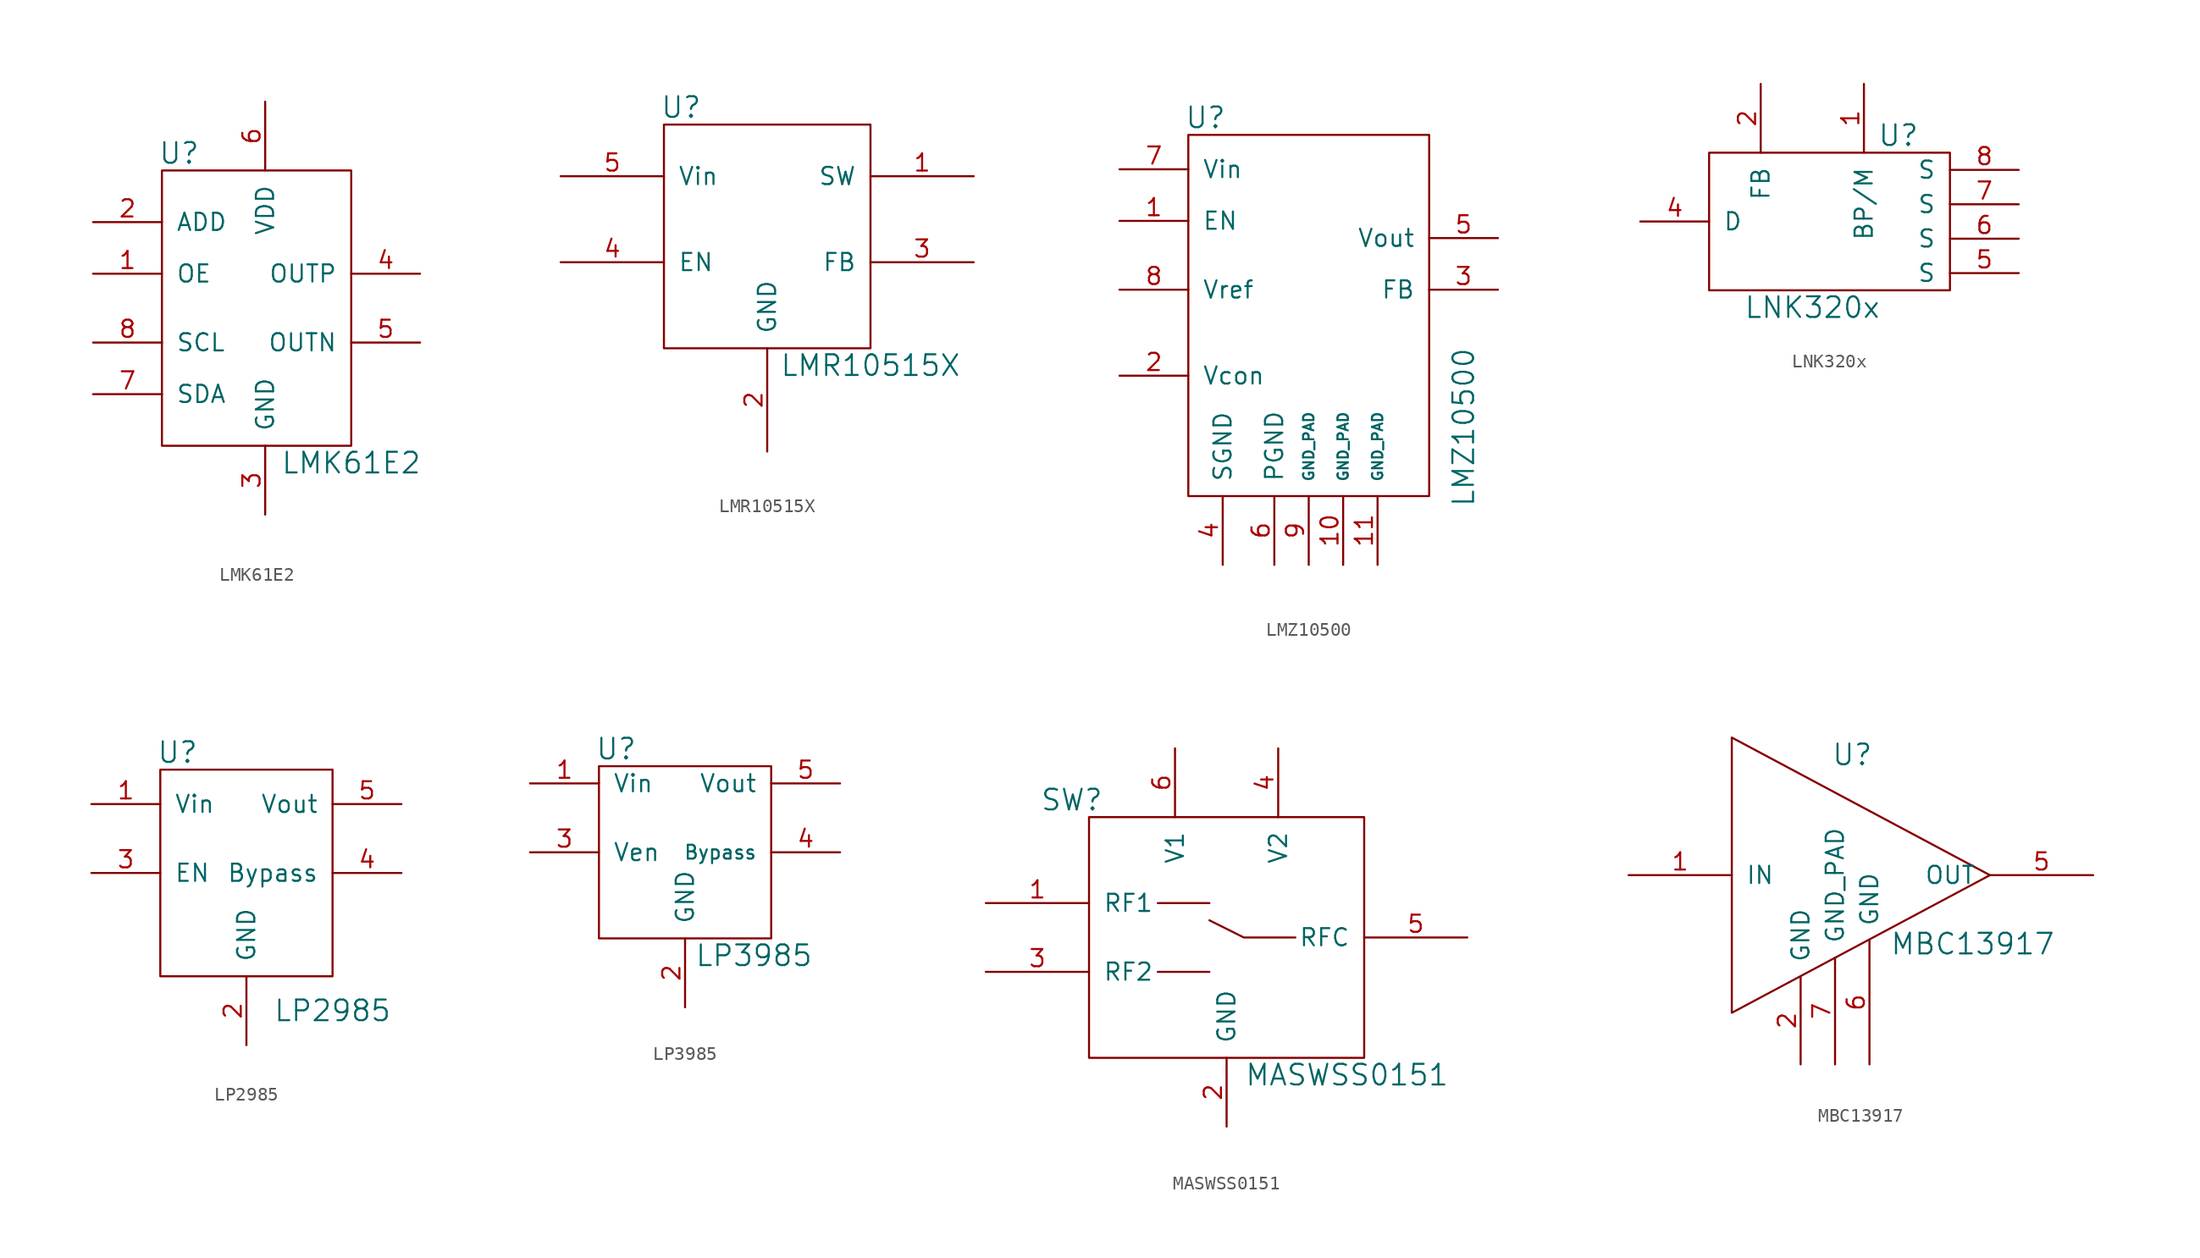
<source format=kicad_sym>
(kicad_symbol_lib
  (version 20211014)
  (generator kicad_symbol_editor)
  (symbol "LMK61E2"
    (pin_names
      (offset 1.016))
    (property "Reference" "U"
      (at -3.81 -1.27 0)
      (effects (font (size 1.524 1.524))))
    (property "Value" "LMK61E2"
      (at 8.89 -24.13 0)
      (effects (font (size 1.524 1.524))))
    (symbol "LMK61E2_0_1"
      (rectangle (start -5.08 -2.54) (end 8.89 -22.86) (stroke (width 0) (type default) (color 0 0 0 0)) (fill (type none))))
    (symbol "LMK61E2_1_1"
      (pin input line (at -10.16 -10.16 0) (length 5.08) (name "OE" (effects (font (size 1.27 1.27)))) (number "1" (effects (font (size 1.27 1.27)))))
      (pin input line (at -10.16 -6.35 0) (length 5.08) (name "ADD" (effects (font (size 1.27 1.27)))) (number "2" (effects (font (size 1.27 1.27)))))
      (pin input line (at 2.54 -27.94 90) (length 5.08) (name "GND" (effects (font (size 1.27 1.27)))) (number "3" (effects (font (size 1.27 1.27)))))
      (pin input line (at 13.97 -10.16 180) (length 5.08) (name "OUTP" (effects (font (size 1.27 1.27)))) (number "4" (effects (font (size 1.27 1.27)))))
      (pin input line (at 13.97 -15.24 180) (length 5.08) (name "OUTN" (effects (font (size 1.27 1.27)))) (number "5" (effects (font (size 1.27 1.27)))))
      (pin input line (at 2.54 2.54 270) (length 5.08) (name "VDD" (effects (font (size 1.27 1.27)))) (number "6" (effects (font (size 1.27 1.27)))))
      (pin input line (at -10.16 -19.05 0) (length 5.08) (name "SDA" (effects (font (size 1.27 1.27)))) (number "7" (effects (font (size 1.27 1.27)))))
      (pin input line (at -10.16 -15.24 0) (length 5.08) (name "SCL" (effects (font (size 1.27 1.27)))) (number "8" (effects (font (size 1.27 1.27)))))))
  (symbol "LMR10515X"
    (pin_names
      (offset 1.016))
    (property "Reference" "U"
      (at -6.35 7.62 0)
      (effects (font (size 1.524 1.524))))
    (property "Value" "LMR10515X"
      (at 7.62 -11.43 0)
      (effects (font (size 1.524 1.524))))
    (property "Footprint" ""
      (at 0 0 0)
      (effects (font (size 1.524 1.524))))
    (property "Datasheet" ""
      (at 0 0 0)
      (effects (font (size 1.524 1.524))))
    (symbol "LMR10515X_0_1"
      (rectangle (start -7.62 -10.16) (end 7.62 6.35) (stroke (width 0) (type default) (color 0 0 0 0)) (fill (type none))))
    (symbol "LMR10515X_1_1"
      (pin power_out line (at 15.24 2.54 180) (length 7.62) (name "SW" (effects (font (size 1.27 1.27)))) (number "1" (effects (font (size 1.27 1.27)))))
      (pin input line (at 0 -17.78 90) (length 7.62) (name "GND" (effects (font (size 1.27 1.27)))) (number "2" (effects (font (size 1.27 1.27)))))
      (pin input line (at 15.24 -3.81 180) (length 7.62) (name "FB" (effects (font (size 1.27 1.27)))) (number "3" (effects (font (size 1.27 1.27)))))
      (pin input line (at -15.24 -3.81 0) (length 7.62) (name "EN" (effects (font (size 1.27 1.27)))) (number "4" (effects (font (size 1.27 1.27)))))
      (pin power_in line (at -15.24 2.54 0) (length 7.62) (name "Vin" (effects (font (size 1.27 1.27)))) (number "5" (effects (font (size 1.27 1.27)))))))
  (symbol "LMZ10500"
    (pin_names
      (offset 1.016))
    (property "Reference" "U"
      (at -7.62 19.05 0)
      (effects (font (size 1.524 1.524))))
    (property "Value" "LMZ10500"
      (at 11.43 -3.81 90)
      (effects (font (size 1.524 1.524))))
    (property "Footprint" ""
      (at 0 0 0)
      (effects (font (size 1.524 1.524))))
    (property "Datasheet" ""
      (at 0 0 0)
      (effects (font (size 1.524 1.524))))
    (symbol "LMZ10500_0_1"
      (rectangle (start -8.89 -8.89) (end 8.89 17.78) (stroke (width 0) (type default) (color 0 0 0 0)) (fill (type none))))
    (symbol "LMZ10500_1_1"
      (pin input line (at -13.97 11.43 0) (length 5.08) (name "EN" (effects (font (size 1.27 1.27)))) (number "1" (effects (font (size 1.27 1.27)))))
      (pin power_out line (at 2.54 -13.97 90) (length 5.08) (name "GND_PAD" (effects (font (size 0.762 0.762)))) (number "10" (effects (font (size 1.27 1.27)))))
      (pin power_out line (at 5.08 -13.97 90) (length 5.08) (name "GND_PAD" (effects (font (size 0.762 0.762)))) (number "11" (effects (font (size 1.27 1.27)))))
      (pin input line (at -13.97 0 0) (length 5.08) (name "Vcon" (effects (font (size 1.27 1.27)))) (number "2" (effects (font (size 1.27 1.27)))))
      (pin input line (at 13.97 6.35 180) (length 5.08) (name "FB" (effects (font (size 1.27 1.27)))) (number "3" (effects (font (size 1.27 1.27)))))
      (pin power_out line (at -6.35 -13.97 90) (length 5.08) (name "SGND" (effects (font (size 1.27 1.27)))) (number "4" (effects (font (size 1.27 1.27)))))
      (pin power_out line (at 13.97 10.16 180) (length 5.08) (name "Vout" (effects (font (size 1.27 1.27)))) (number "5" (effects (font (size 1.27 1.27)))))
      (pin power_out line (at -2.54 -13.97 90) (length 5.08) (name "PGND" (effects (font (size 1.27 1.27)))) (number "6" (effects (font (size 1.27 1.27)))))
      (pin power_in line (at -13.97 15.24 0) (length 5.08) (name "Vin" (effects (font (size 1.27 1.27)))) (number "7" (effects (font (size 1.27 1.27)))))
      (pin input line (at -13.97 6.35 0) (length 5.08) (name "Vref" (effects (font (size 1.27 1.27)))) (number "8" (effects (font (size 1.27 1.27)))))
      (pin power_out line (at 0 -13.97 90) (length 5.08) (name "GND_PAD" (effects (font (size 0.762 0.762)))) (number "9" (effects (font (size 1.27 1.27)))))))
  (symbol "LNK320x"
    (pin_names
      (offset 1.016))
    (property "Reference" "U"
      (at 6.35 1.27 0)
      (effects (font (size 1.524 1.524))))
    (property "Value" "LNK320x"
      (at 0 -11.43 0)
      (effects (font (size 1.524 1.524))))
    (symbol "LNK320x_0_1"
      (rectangle (start 10.16 0) (end -7.62 -10.16) (stroke (width 0) (type default) (color 0 0 0 0)) (fill (type none))))
    (symbol "LNK320x_1_1"
      (pin input line (at 3.81 5.08 270) (length 5.08) (name "BP/M" (effects (font (size 1.27 1.27)))) (number "1" (effects (font (size 1.27 1.27)))))
      (pin input line (at -3.81 5.08 270) (length 5.08) (name "FB" (effects (font (size 1.27 1.27)))) (number "2" (effects (font (size 1.27 1.27)))))
      (pin input line (at -12.7 -5.08 0) (length 5.08) (name "D" (effects (font (size 1.27 1.27)))) (number "4" (effects (font (size 1.27 1.27)))))
      (pin input line (at 15.24 -8.89 180) (length 5.08) (name "S" (effects (font (size 1.27 1.27)))) (number "5" (effects (font (size 1.27 1.27)))))
      (pin input line (at 15.24 -6.35 180) (length 5.08) (name "S" (effects (font (size 1.27 1.27)))) (number "6" (effects (font (size 1.27 1.27)))))
      (pin input line (at 15.24 -3.81 180) (length 5.08) (name "S" (effects (font (size 1.27 1.27)))) (number "7" (effects (font (size 1.27 1.27)))))
      (pin input line (at 15.24 -1.27 180) (length 5.08) (name "S" (effects (font (size 1.27 1.27)))) (number "8" (effects (font (size 1.27 1.27)))))))
  (symbol "LP2985"
    (pin_names
      (offset 1.016))
    (property "Reference" "U"
      (at -5.08 8.89 0)
      (effects (font (size 1.524 1.524))))
    (property "Value" "LP2985"
      (at 6.35 -10.16 0)
      (effects (font (size 1.524 1.524))))
    (property "Footprint" ""
      (at 0 0 0)
      (effects (font (size 1.524 1.524))))
    (property "Datasheet" ""
      (at 0 0 0)
      (effects (font (size 1.524 1.524))))
    (symbol "LP2985_0_1"
      (rectangle (start 6.35 -7.62) (end -6.35 7.62) (stroke (width 0) (type default) (color 0 0 0 0)) (fill (type none))))
    (symbol "LP2985_1_1"
      (pin power_in line (at -11.43 5.08 0) (length 5.08) (name "Vin" (effects (font (size 1.27 1.27)))) (number "1" (effects (font (size 1.27 1.27)))))
      (pin power_out line (at 0 -12.7 90) (length 5.08) (name "GND" (effects (font (size 1.27 1.27)))) (number "2" (effects (font (size 1.27 1.27)))))
      (pin input line (at -11.43 0 0) (length 5.08) (name "EN" (effects (font (size 1.27 1.27)))) (number "3" (effects (font (size 1.27 1.27)))))
      (pin input line (at 11.43 0 180) (length 5.08) (name "Bypass" (effects (font (size 1.27 1.27)))) (number "4" (effects (font (size 1.27 1.27)))))
      (pin power_out line (at 11.43 5.08 180) (length 5.08) (name "Vout" (effects (font (size 1.27 1.27)))) (number "5" (effects (font (size 1.27 1.27)))))))
  (symbol "LP3985"
    (pin_names
      (offset 1.016))
    (property "Reference" "U"
      (at -5.08 6.35 0)
      (effects (font (size 1.524 1.524))))
    (property "Value" "LP3985"
      (at 5.08 -8.89 0)
      (effects (font (size 1.524 1.524))))
    (property "Footprint" ""
      (at 0 0 0)
      (effects (font (size 1.524 1.524))))
    (property "Datasheet" ""
      (at 0 0 0)
      (effects (font (size 1.524 1.524))))
    (symbol "LP3985_0_1"
      (rectangle (start -6.35 5.08) (end 6.35 -7.62) (stroke (width 0) (type default) (color 0 0 0 0)) (fill (type none))))
    (symbol "LP3985_1_1"
      (pin power_in line (at -11.43 3.81 0) (length 5.08) (name "Vin" (effects (font (size 1.27 1.27)))) (number "1" (effects (font (size 1.27 1.27)))))
      (pin power_in line (at 0 -12.7 90) (length 5.08) (name "GND" (effects (font (size 1.27 1.27)))) (number "2" (effects (font (size 1.27 1.27)))))
      (pin input line (at -11.43 -1.27 0) (length 5.08) (name "Ven" (effects (font (size 1.27 1.27)))) (number "3" (effects (font (size 1.27 1.27)))))
      (pin output line (at 11.43 -1.27 180) (length 5.08) (name "Bypass" (effects (font (size 1.016 1.016)))) (number "4" (effects (font (size 1.27 1.27)))))
      (pin power_out line (at 11.43 3.81 180) (length 5.08) (name "Vout" (effects (font (size 1.27 1.27)))) (number "5" (effects (font (size 1.27 1.27)))))))
  (symbol "MASWSS0151"
    (pin_names
      (offset 1.016))
    (property "Reference" "SW"
      (at -11.43 10.16 0)
      (effects (font (size 1.524 1.524))))
    (property "Value" "MASWSS0151"
      (at 8.89 -10.16 0)
      (effects (font (size 1.524 1.524))))
    (property "Footprint" ""
      (at 0 2.54 0)
      (effects (font (size 1.524 1.524))))
    (property "Datasheet" ""
      (at 0 2.54 0)
      (effects (font (size 1.524 1.524))))
    (symbol "MASWSS0151_0_1"
      (rectangle (start -10.16 -8.89) (end 10.16 8.89) (stroke (width 0) (type default) (color 0 0 0 0)) (fill (type none)))
      (polyline (pts (xy -5.08 -2.54) (xy -1.27 -2.54)) (stroke (width 0) (type default) (color 0 0 0 0)) (fill (type none)))
      (polyline (pts (xy -5.08 2.54) (xy -1.27 2.54)) (stroke (width 0) (type default) (color 0 0 0 0)) (fill (type none)))
      (polyline (pts (xy 5.08 0) (xy 1.27 0) (xy -1.27 1.27)) (stroke (width 0) (type default) (color 0 0 0 0)) (fill (type none))))
    (symbol "MASWSS0151_1_1"
      (pin input line (at -17.78 2.54 0) (length 7.62) (name "RF1" (effects (font (size 1.27 1.27)))) (number "1" (effects (font (size 1.27 1.27)))))
      (pin power_out line (at 0 -13.97 90) (length 5.08) (name "GND" (effects (font (size 1.27 1.27)))) (number "2" (effects (font (size 1.27 1.27)))))
      (pin input line (at -17.78 -2.54 0) (length 7.62) (name "RF2" (effects (font (size 1.27 1.27)))) (number "3" (effects (font (size 1.27 1.27)))))
      (pin power_in line (at 3.81 13.97 270) (length 5.08) (name "V2" (effects (font (size 1.27 1.27)))) (number "4" (effects (font (size 1.27 1.27)))))
      (pin output line (at 17.78 0 180) (length 7.62) (name "RFC" (effects (font (size 1.27 1.27)))) (number "5" (effects (font (size 1.27 1.27)))))
      (pin power_in line (at -3.81 13.97 270) (length 5.08) (name "V1" (effects (font (size 1.27 1.27)))) (number "6" (effects (font (size 1.27 1.27)))))))
  (symbol "MBC13917"
    (pin_names
      (offset 1.016))
    (property "Reference" "U"
      (at 0 8.89 0)
      (effects (font (size 1.524 1.524))))
    (property "Value" "MBC13917"
      (at 8.89 -5.08 0)
      (effects (font (size 1.524 1.524))))
    (property "Footprint" ""
      (at 0 0 0)
      (effects (font (size 1.524 1.524))))
    (property "Datasheet" ""
      (at 0 0 0)
      (effects (font (size 1.524 1.524))))
    (symbol "MBC13917_0_1"
      (polyline (pts (xy -8.89 -10.16) (xy -8.89 10.16) (xy 10.16 0) (xy -8.89 -10.16)) (stroke (width 0) (type default) (color 0 0 0 0)) (fill (type none))))
    (symbol "MBC13917_1_1"
      (pin input line (at -16.51 0 0) (length 7.62) (name "IN" (effects (font (size 1.27 1.27)))) (number "1" (effects (font (size 1.27 1.27)))))
      (pin power_out line (at -3.81 -13.97 90) (length 6.477) (name "GND" (effects (font (size 1.27 1.27)))) (number "2" (effects (font (size 1.27 1.27)))))
      (pin no_connect line (at -3.81 8.89 270) (length 1.397) hide (name "NC" (effects (font (size 1.27 1.27)))) (number "3" (effects (font (size 1.27 1.27)))))
      (pin no_connect line (at 3.81 8.89 270) (length 5.461) hide (name "NC" (effects (font (size 1.27 1.27)))) (number "4" (effects (font (size 1.27 1.27)))))
      (pin output line (at 17.78 0 180) (length 7.62) (name "OUT" (effects (font (size 1.27 1.27)))) (number "5" (effects (font (size 1.27 1.27)))))
      (pin power_out line (at 1.27 -13.97 90) (length 9.144) (name "GND" (effects (font (size 1.27 1.27)))) (number "6" (effects (font (size 1.27 1.27)))))
      (pin power_out line (at -1.27 -13.97 90) (length 7.874) (name "GND_PAD" (effects (font (size 1.27 1.27)))) (number "7" (effects (font (size 1.27 1.27))))))))
</source>
